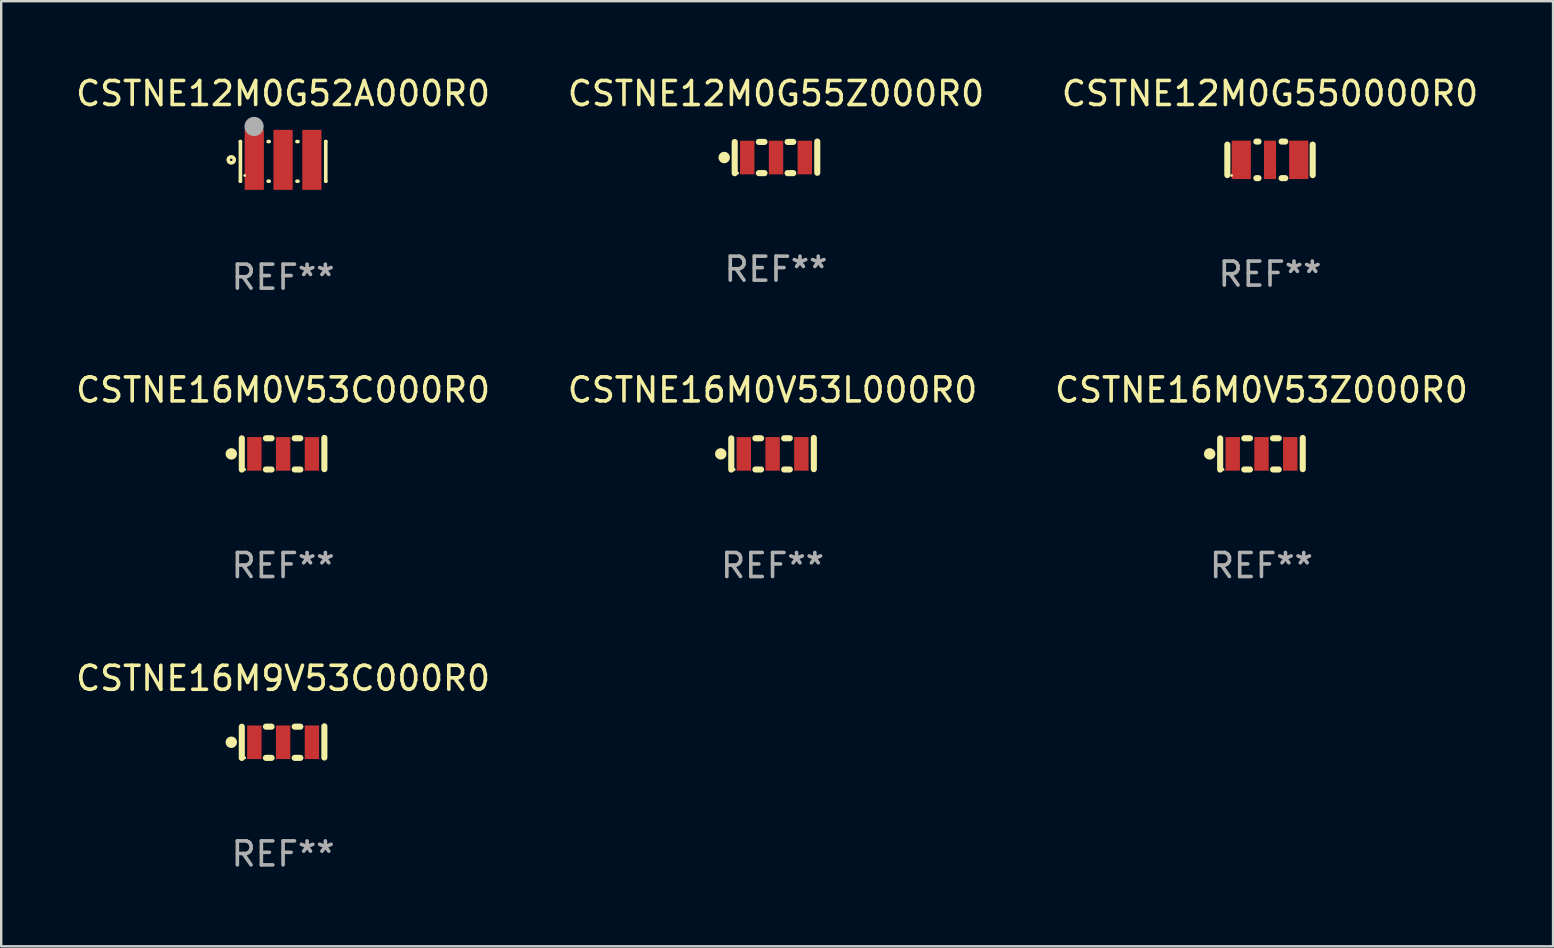
<source format=kicad_pcb>
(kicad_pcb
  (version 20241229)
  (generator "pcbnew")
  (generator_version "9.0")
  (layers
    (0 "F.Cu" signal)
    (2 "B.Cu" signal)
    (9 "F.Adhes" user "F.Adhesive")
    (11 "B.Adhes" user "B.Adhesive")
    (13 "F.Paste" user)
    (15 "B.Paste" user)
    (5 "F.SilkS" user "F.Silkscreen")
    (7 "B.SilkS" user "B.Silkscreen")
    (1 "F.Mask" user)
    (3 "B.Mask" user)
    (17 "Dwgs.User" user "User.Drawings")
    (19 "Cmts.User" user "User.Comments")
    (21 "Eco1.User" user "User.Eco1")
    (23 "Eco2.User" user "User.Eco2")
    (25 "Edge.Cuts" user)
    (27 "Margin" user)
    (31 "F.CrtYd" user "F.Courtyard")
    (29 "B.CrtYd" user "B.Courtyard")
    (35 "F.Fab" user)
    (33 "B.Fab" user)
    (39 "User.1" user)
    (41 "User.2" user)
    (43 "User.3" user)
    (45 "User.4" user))
  (footprint "CSTNE16M0V53L000R0"
    (layer "F.Cu")
    (at 29.137 15.855)
    (property "Reference" "CSTNE16M0V53L000R0" (at 0 -2.659 0) (layer "F.SilkS") (effects (font (size 1 1) (thickness 0.15))))
    (attr through_hole)
    (fp_line (start -1.72 -0.641) (end -1.72 0.659) (stroke (width 0.254) (type solid)) (layer "F.SilkS"))
    (fp_line (start -0.715 -0.645) (end -0.479 -0.645) (stroke (width 0.254) (type solid)) (layer "F.SilkS"))
    (fp_line (start -0.715 0.655) (end -0.479 0.655) (stroke (width 0.254) (type solid)) (layer "F.SilkS"))
    (fp_line (start 0.483 -0.645) (end 0.72 -0.645) (stroke (width 0.254) (type solid)) (layer "F.SilkS"))
    (fp_line (start 0.483 0.655) (end 0.72 0.655) (stroke (width 0.254) (type solid)) (layer "F.SilkS"))
    (fp_line (start 1.72 0.641) (end 1.72 -0.659) (stroke (width 0.254) (type solid)) (layer "F.SilkS"))
    (fp_circle (center -2.157 0.005) (end -2.037 0.005) (stroke (width 0.24) (type solid)) (fill no) (layer "F.SilkS"))
    (fp_circle (center -1.598 0.655) (end -1.568 0.655) (stroke (width 0.06) (type solid)) (fill no) (layer "F.SilkS"))
    (fp_text user "REF**" (at 0 4.659 0) (layer "F.Fab") (effects (font (size 1 1) (thickness 0.15))))
    (pad "1" smd rect (at -1.197 0.005) (size 0.6 1.4) (layers "F.Cu" "F.Mask" "F.Paste"))
    (pad "2" smd rect (at 0.002 0.005) (size 0.6 1.4) (layers "F.Cu" "F.Mask" "F.Paste"))
    (pad "3" smd rect (at 1.201 0.005) (size 0.6 1.4) (layers "F.Cu" "F.Mask" "F.Paste")))
  (footprint "CSTNE16M0V53Z000R0"
    (layer "F.Cu")
    (at 49.506 15.855)
    (property "Reference" "CSTNE16M0V53Z000R0" (at 0 -2.659 0) (layer "F.SilkS") (effects (font (size 1 1) (thickness 0.15))))
    (attr through_hole)
    (fp_line (start -1.72 -0.641) (end -1.72 0.659) (stroke (width 0.254) (type solid)) (layer "F.SilkS"))
    (fp_line (start -0.715 -0.645) (end -0.479 -0.645) (stroke (width 0.254) (type solid)) (layer "F.SilkS"))
    (fp_line (start -0.715 0.655) (end -0.479 0.655) (stroke (width 0.254) (type solid)) (layer "F.SilkS"))
    (fp_line (start 0.483 -0.645) (end 0.72 -0.645) (stroke (width 0.254) (type solid)) (layer "F.SilkS"))
    (fp_line (start 0.483 0.655) (end 0.72 0.655) (stroke (width 0.254) (type solid)) (layer "F.SilkS"))
    (fp_line (start 1.72 0.641) (end 1.72 -0.659) (stroke (width 0.254) (type solid)) (layer "F.SilkS"))
    (fp_circle (center -2.157 0.005) (end -2.037 0.005) (stroke (width 0.24) (type solid)) (fill no) (layer "F.SilkS"))
    (fp_circle (center -1.598 0.655) (end -1.568 0.655) (stroke (width 0.06) (type solid)) (fill no) (layer "F.SilkS"))
    (fp_text user "REF**" (at 0 4.659 0) (layer "F.Fab") (effects (font (size 1 1) (thickness 0.15))))
    (pad "1" smd rect (at -1.197 0.005) (size 0.6 1.4) (layers "F.Cu" "F.Mask" "F.Paste"))
    (pad "2" smd rect (at 0.002 0.005) (size 0.6 1.4) (layers "F.Cu" "F.Mask" "F.Paste"))
    (pad "3" smd rect (at 1.201 0.005) (size 0.6 1.4) (layers "F.Cu" "F.Mask" "F.Paste")))
  (footprint "CSTNE16M9V53C000R0"
    (layer "F.Cu")
    (at 8.744 27.87)
    (property "Reference" "CSTNE16M9V53C000R0" (at 0 -2.659 0) (layer "F.SilkS") (effects (font (size 1 1) (thickness 0.15))))
    (attr through_hole)
    (fp_line (start -1.72 -0.641) (end -1.72 0.659) (stroke (width 0.254) (type solid)) (layer "F.SilkS"))
    (fp_line (start -0.715 -0.645) (end -0.479 -0.645) (stroke (width 0.254) (type solid)) (layer "F.SilkS"))
    (fp_line (start -0.715 0.655) (end -0.479 0.655) (stroke (width 0.254) (type solid)) (layer "F.SilkS"))
    (fp_line (start 0.483 -0.645) (end 0.72 -0.645) (stroke (width 0.254) (type solid)) (layer "F.SilkS"))
    (fp_line (start 0.483 0.655) (end 0.72 0.655) (stroke (width 0.254) (type solid)) (layer "F.SilkS"))
    (fp_line (start 1.72 0.641) (end 1.72 -0.659) (stroke (width 0.254) (type solid)) (layer "F.SilkS"))
    (fp_circle (center -2.157 0.005) (end -2.037 0.005) (stroke (width 0.24) (type solid)) (fill no) (layer "F.SilkS"))
    (fp_circle (center -1.598 0.655) (end -1.568 0.655) (stroke (width 0.06) (type solid)) (fill no) (layer "F.SilkS"))
    (fp_text user "REF**" (at 0 4.659 0) (layer "F.Fab") (effects (font (size 1 1) (thickness 0.15))))
    (pad "1" smd rect (at -1.197 0.005) (size 0.6 1.4) (layers "F.Cu" "F.Mask" "F.Paste"))
    (pad "2" smd rect (at 0.002 0.005) (size 0.6 1.4) (layers "F.Cu" "F.Mask" "F.Paste"))
    (pad "3" smd rect (at 1.201 0.005) (size 0.6 1.4) (layers "F.Cu" "F.Mask" "F.Paste")))
  (footprint "CSTNE12M0G55Z000R0"
    (layer "F.Cu")
    (at 29.28 3.508)
    (property "Reference" "CSTNE12M0G55Z000R0" (at 0 -2.659 0) (layer "F.SilkS") (effects (font (size 1 1) (thickness 0.15))))
    (attr through_hole)
    (fp_line (start -1.72 -0.641) (end -1.72 0.659) (stroke (width 0.254) (type solid)) (layer "F.SilkS"))
    (fp_line (start -0.715 -0.645) (end -0.479 -0.645) (stroke (width 0.254) (type solid)) (layer "F.SilkS"))
    (fp_line (start -0.715 0.655) (end -0.479 0.655) (stroke (width 0.254) (type solid)) (layer "F.SilkS"))
    (fp_line (start 0.483 -0.645) (end 0.72 -0.645) (stroke (width 0.254) (type solid)) (layer "F.SilkS"))
    (fp_line (start 0.483 0.655) (end 0.72 0.655) (stroke (width 0.254) (type solid)) (layer "F.SilkS"))
    (fp_line (start 1.72 0.641) (end 1.72 -0.659) (stroke (width 0.254) (type solid)) (layer "F.SilkS"))
    (fp_circle (center -2.157 0.005) (end -2.037 0.005) (stroke (width 0.24) (type solid)) (fill no) (layer "F.SilkS"))
    (fp_circle (center -1.598 0.655) (end -1.568 0.655) (stroke (width 0.06) (type solid)) (fill no) (layer "F.SilkS"))
    (fp_text user "REF**" (at 0 4.659 0) (layer "F.Fab") (effects (font (size 1 1) (thickness 0.15))))
    (pad "1" smd rect (at -1.197 0.005) (size 0.6 1.4) (layers "F.Cu" "F.Mask" "F.Paste"))
    (pad "2" smd rect (at 0.002 0.005) (size 0.6 1.4) (layers "F.Cu" "F.Mask" "F.Paste"))
    (pad "3" smd rect (at 1.201 0.005) (size 0.6 1.4) (layers "F.Cu" "F.Mask" "F.Paste")))
  (footprint "CSTNE12M0G550000R0"
    (layer "F.Cu")
    (at 49.863 3.61)
    (property "Reference" "CSTNE12M0G550000R0" (at 0 -2.762 0) (layer "F.SilkS") (effects (font (size 1 1) (thickness 0.15))))
    (attr through_hole)
    (fp_line (start -1.778 0.635) (end -1.778 -0.635) (stroke (width 0.254) (type solid)) (layer "F.SilkS"))
    (fp_line (start -0.568 -0.762) (end -0.481 -0.762) (stroke (width 0.254) (type solid)) (layer "F.SilkS"))
    (fp_line (start -0.568 0.762) (end -0.481 0.762) (stroke (width 0.254) (type solid)) (layer "F.SilkS"))
    (fp_line (start 0.481 -0.762) (end 0.635 -0.762) (stroke (width 0.254) (type solid)) (layer "F.SilkS"))
    (fp_line (start 0.481 0.762) (end 0.635 0.762) (stroke (width 0.254) (type solid)) (layer "F.SilkS"))
    (fp_line (start 1.778 -0.635) (end 1.778 0.635) (stroke (width 0.254) (type solid)) (layer "F.SilkS"))
    (fp_circle (center -1.6 0.65) (end -1.57 0.65) (stroke (width 0.06) (type solid)) (fill no) (layer "F.SilkS"))
    (fp_text user "REF**" (at 0 4.762 0) (layer "F.Fab") (effects (font (size 1 1) (thickness 0.15))))
    (pad "1" smd rect (at -1.199 0 90) (size 1.6 0.8) (layers "F.Cu" "F.Mask" "F.Paste"))
    (pad "2" smd rect (at 0 0 90) (size 1.6 0.5) (layers "F.Cu" "F.Mask" "F.Paste"))
    (pad "3" smd rect (at 1.199 0 90) (size 1.6 0.8) (layers "F.Cu" "F.Mask" "F.Paste")))
  (footprint "CSTNE12M0G52A000R0"
    (layer "F.Cu")
    (at 8.744 3.674)
    (property "Reference" "CSTNE12M0G52A000R0" (at 0 -2.826 0) (layer "F.SilkS") (effects (font (size 1 1) (thickness 0.15))))
    (attr through_hole)
    (fp_line (start -1.779 -0.826) (end -1.778 -0.826) (stroke (width 0.15) (type solid)) (layer "F.SilkS"))
    (fp_line (start -1.778 -0.826) (end -1.778 0.826) (stroke (width 0.15) (type solid)) (layer "F.SilkS"))
    (fp_line (start -1.778 0.826) (end -1.779 0.826) (stroke (width 0.15) (type solid)) (layer "F.SilkS"))
    (fp_line (start -0.621 0.826) (end -0.579 0.826) (stroke (width 0.15) (type solid)) (layer "F.SilkS"))
    (fp_line (start -0.579 -0.826) (end -0.621 -0.826) (stroke (width 0.15) (type solid)) (layer "F.SilkS"))
    (fp_line (start 0.579 0.826) (end 0.621 0.826) (stroke (width 0.15) (type solid)) (layer "F.SilkS"))
    (fp_line (start 0.621 -0.826) (end 0.579 -0.826) (stroke (width 0.15) (type solid)) (layer "F.SilkS"))
    (fp_line (start 1.778 -0.826) (end 1.779 -0.826) (stroke (width 0.15) (type solid)) (layer "F.SilkS"))
    (fp_line (start 1.778 0.826) (end 1.778 -0.826) (stroke (width 0.15) (type solid)) (layer "F.SilkS"))
    (fp_line (start 1.779 0.826) (end 1.778 0.826) (stroke (width 0.15) (type solid)) (layer "F.SilkS"))
    (fp_circle (center -2.159 -0.064) (end -2.032 -0.064) (stroke (width 0.15) (type solid)) (fill no) (layer "F.SilkS"))
    (fp_circle (center -1.6 0.586) (end -1.57 0.586) (stroke (width 0.06) (type solid)) (fill no) (layer "F.SilkS"))
    (fp_circle (center -1.209 -1.455) (end -1.009 -1.455) (stroke (width 0.4) (type solid)) (fill no) (layer "F.Fab"))
    (fp_text user "REF**" (at 0 4.826 0) (layer "F.Fab") (effects (font (size 1 1) (thickness 0.15))))
    (pad "1" smd rect (at -1.2 -0.064) (size 0.8 2.5) (layers "F.Cu" "F.Mask" "F.Paste"))
    (pad "2" smd rect (at 0 -0.064) (size 0.8 2.5) (layers "F.Cu" "F.Mask" "F.Paste"))
    (pad "3" smd rect (at 1.2 -0.064) (size 0.8 2.5) (layers "F.Cu" "F.Mask" "F.Paste")))
  (footprint "CSTNE16M0V53C000R0"
    (layer "F.Cu")
    (at 8.744 15.855)
    (property "Reference" "CSTNE16M0V53C000R0" (at 0 -2.659 0) (layer "F.SilkS") (effects (font (size 1 1) (thickness 0.15))))
    (attr through_hole)
    (fp_line (start -1.72 -0.641) (end -1.72 0.659) (stroke (width 0.254) (type solid)) (layer "F.SilkS"))
    (fp_line (start -0.715 -0.645) (end -0.479 -0.645) (stroke (width 0.254) (type solid)) (layer "F.SilkS"))
    (fp_line (start -0.715 0.655) (end -0.479 0.655) (stroke (width 0.254) (type solid)) (layer "F.SilkS"))
    (fp_line (start 0.483 -0.645) (end 0.72 -0.645) (stroke (width 0.254) (type solid)) (layer "F.SilkS"))
    (fp_line (start 0.483 0.655) (end 0.72 0.655) (stroke (width 0.254) (type solid)) (layer "F.SilkS"))
    (fp_line (start 1.72 0.641) (end 1.72 -0.659) (stroke (width 0.254) (type solid)) (layer "F.SilkS"))
    (fp_circle (center -2.157 0.005) (end -2.037 0.005) (stroke (width 0.24) (type solid)) (fill no) (layer "F.SilkS"))
    (fp_circle (center -1.598 0.655) (end -1.568 0.655) (stroke (width 0.06) (type solid)) (fill no) (layer "F.SilkS"))
    (fp_text user "REF**" (at 0 4.659 0) (layer "F.Fab") (effects (font (size 1 1) (thickness 0.15))))
    (pad "1" smd rect (at -1.197 0.005) (size 0.6 1.4) (layers "F.Cu" "F.Mask" "F.Paste"))
    (pad "2" smd rect (at 0.002 0.005) (size 0.6 1.4) (layers "F.Cu" "F.Mask" "F.Paste"))
    (pad "3" smd rect (at 1.201 0.005) (size 0.6 1.4) (layers "F.Cu" "F.Mask" "F.Paste")))
  (gr_rect
    (start -3 -3)
    (end 61.655 36.378)
    (stroke (width 0.1) (type default))
    (fill no)
    (layer "Edge.Cuts")))
</source>
